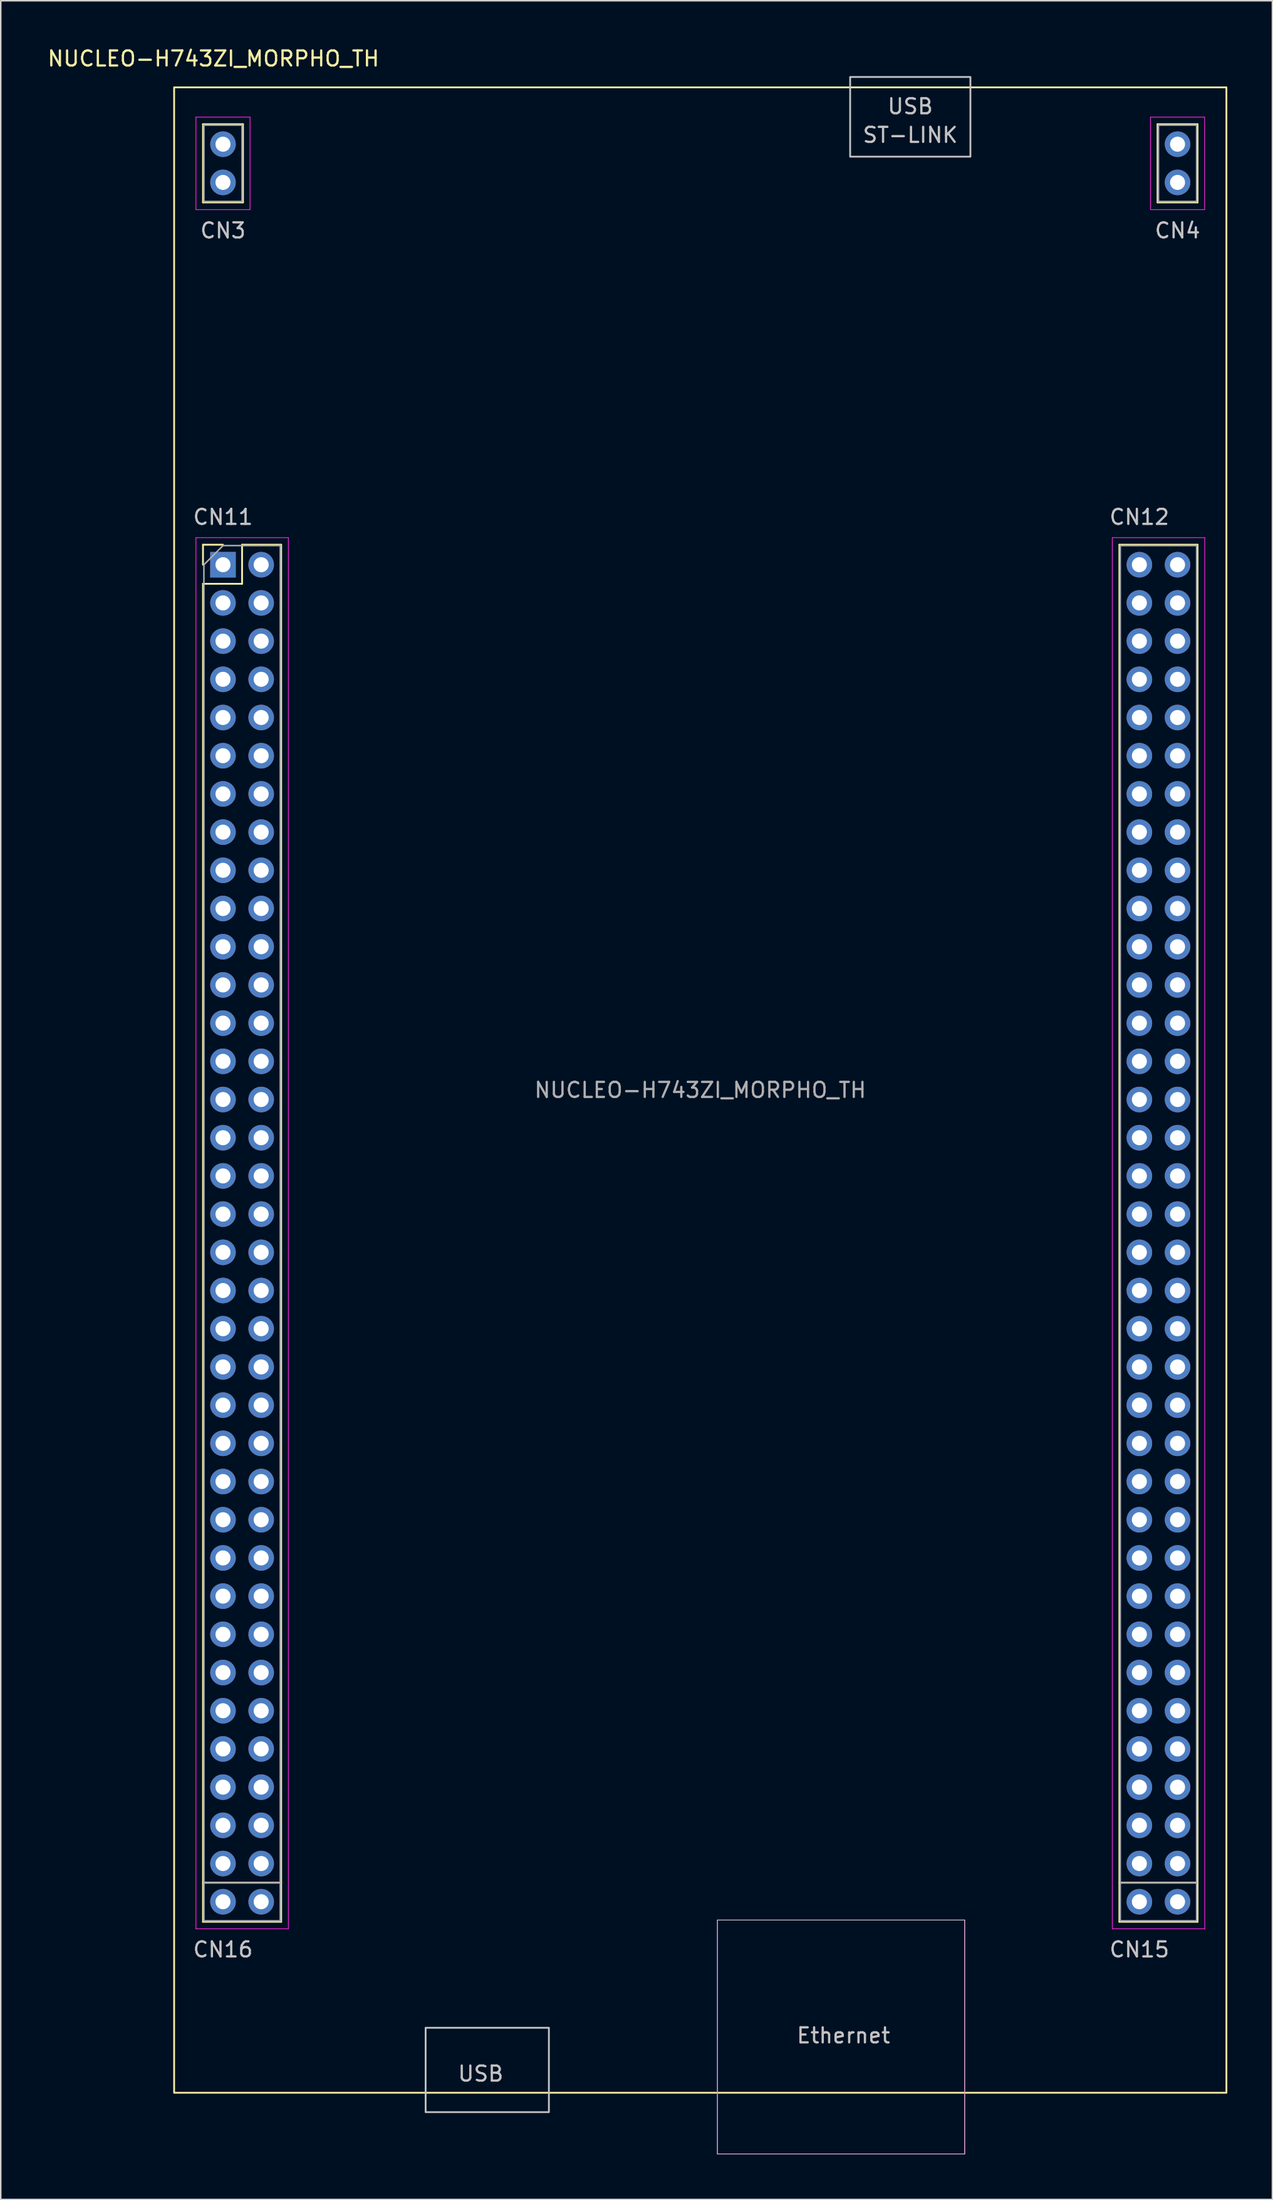
<source format=kicad_pcb>
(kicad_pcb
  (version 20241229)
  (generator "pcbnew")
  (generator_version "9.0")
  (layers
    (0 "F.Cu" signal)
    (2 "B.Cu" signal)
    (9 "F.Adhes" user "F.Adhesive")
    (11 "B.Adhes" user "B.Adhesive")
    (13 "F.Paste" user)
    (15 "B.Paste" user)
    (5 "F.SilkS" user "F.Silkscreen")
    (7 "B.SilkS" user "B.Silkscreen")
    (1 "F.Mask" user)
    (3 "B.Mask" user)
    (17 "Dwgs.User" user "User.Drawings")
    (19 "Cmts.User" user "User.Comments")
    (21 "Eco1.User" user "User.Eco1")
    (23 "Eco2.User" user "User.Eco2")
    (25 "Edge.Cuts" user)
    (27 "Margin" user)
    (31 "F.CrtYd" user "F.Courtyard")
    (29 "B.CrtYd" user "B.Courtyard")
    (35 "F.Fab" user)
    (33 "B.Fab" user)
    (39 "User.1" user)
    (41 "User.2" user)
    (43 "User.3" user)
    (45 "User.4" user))
  (footprint "NUCLEO-H743ZI_MORPHO_TH"
    (layer "F.Cu")
    (at 43.534 69.428)
    (property "Reference" "NUCLEO-H743ZI_MORPHO_TH" (at -32.385 -68.58 0) (unlocked yes) (layer "F.SilkS") (effects (font (size 1 1) (thickness 0.15))))
    (attr through_hole)
    (fp_line (start -33.08 -59.02) (end -33.08 -64.22) (stroke (width 0.12) (type solid)) (layer "F.SilkS"))
    (fp_line (start -33.08 -36.26) (end -31.75 -36.26) (stroke (width 0.12) (type solid)) (layer "F.SilkS"))
    (fp_line (start -33.08 -34.93) (end -33.08 -36.26) (stroke (width 0.12) (type solid)) (layer "F.SilkS"))
    (fp_line (start -33.08 -33.66) (end -33.08 55.3) (stroke (width 0.12) (type solid)) (layer "F.SilkS"))
    (fp_line (start -33.08 -33.66) (end -30.48 -33.66) (stroke (width 0.12) (type solid)) (layer "F.SilkS"))
    (fp_line (start -33.08 52.705) (end -27.88 52.705) (stroke (width 0.12) (type solid)) (layer "F.SilkS"))
    (fp_line (start -33.08 55.3) (end -27.88 55.3) (stroke (width 0.12) (type solid)) (layer "F.SilkS"))
    (fp_line (start -30.48 -36.26) (end -27.88 -36.26) (stroke (width 0.12) (type solid)) (layer "F.SilkS"))
    (fp_line (start -30.48 -33.66) (end -30.48 -36.26) (stroke (width 0.12) (type solid)) (layer "F.SilkS"))
    (fp_line (start -30.42 -64.22) (end -33.08 -64.22) (stroke (width 0.12) (type solid)) (layer "F.SilkS"))
    (fp_line (start -30.42 -64.22) (end -30.42 -59.02) (stroke (width 0.12) (type solid)) (layer "F.SilkS"))
    (fp_line (start -30.42 -59.02) (end -33.08 -59.02) (stroke (width 0.12) (type solid)) (layer "F.SilkS"))
    (fp_line (start -27.88 -36.26) (end -27.88 55.3) (stroke (width 0.12) (type solid)) (layer "F.SilkS"))
    (fp_line (start 27.88 -36.26) (end 27.88 55.3) (stroke (width 0.12) (type solid)) (layer "F.SilkS"))
    (fp_line (start 27.88 -36.26) (end 33.08 -36.26) (stroke (width 0.12) (type solid)) (layer "F.SilkS"))
    (fp_line (start 27.88 52.705) (end 33.08 52.705) (stroke (width 0.12) (type solid)) (layer "F.SilkS"))
    (fp_line (start 27.88 55.3) (end 33.08 55.3) (stroke (width 0.12) (type solid)) (layer "F.SilkS"))
    (fp_line (start 30.42 -59.02) (end 30.42 -64.22) (stroke (width 0.12) (type solid)) (layer "F.SilkS"))
    (fp_line (start 33.08 -64.22) (end 30.42 -64.22) (stroke (width 0.12) (type solid)) (layer "F.SilkS"))
    (fp_line (start 33.08 -64.22) (end 33.08 -59.02) (stroke (width 0.12) (type solid)) (layer "F.SilkS"))
    (fp_line (start 33.08 -59.02) (end 30.42 -59.02) (stroke (width 0.12) (type solid)) (layer "F.SilkS"))
    (fp_line (start 33.08 -36.26) (end 33.08 55.3) (stroke (width 0.12) (type solid)) (layer "F.SilkS"))
    (fp_rect (start -35 -66.67) (end 35 66.67) (stroke (width 0.12) (type solid)) (fill no) (layer "F.SilkS"))
    (fp_line (start 1.14 55.19) (end 17.59 55.19) (stroke (width 0.05) (type solid)) (layer "Dwgs.User"))
    (fp_line (start 1.14 70.74) (end 1.14 55.19) (stroke (width 0.05) (type solid)) (layer "Dwgs.User"))
    (fp_line (start 1.14 70.74) (end 17.59 70.74) (stroke (width 0.05) (type solid)) (layer "Dwgs.User"))
    (fp_line (start 17.59 70.74) (end 17.59 55.19) (stroke (width 0.05) (type solid)) (layer "Dwgs.User"))
    (fp_rect (start -18.27 62.35) (end -10.07 67.96) (stroke (width 0.12) (type solid)) (fill no) (layer "Dwgs.User"))
    (fp_rect (start 9.97 -62.06) (end 17.97 -67.36) (stroke (width 0.12) (type solid)) (fill no) (layer "Dwgs.User"))
    (fp_line (start -33.55 -64.69) (end -33.55 -58.54) (stroke (width 0.05) (type solid)) (layer "F.CrtYd"))
    (fp_line (start -33.55 -64.69) (end -29.95 -64.69) (stroke (width 0.05) (type solid)) (layer "F.CrtYd"))
    (fp_line (start -33.55 -58.54) (end -29.95 -58.54) (stroke (width 0.05) (type solid)) (layer "F.CrtYd"))
    (fp_line (start -33.55 -36.73) (end -33.55 55.77) (stroke (width 0.05) (type solid)) (layer "F.CrtYd"))
    (fp_line (start -33.55 55.77) (end -27.4 55.77) (stroke (width 0.05) (type solid)) (layer "F.CrtYd"))
    (fp_line (start -29.95 -58.54) (end -29.95 -64.69) (stroke (width 0.05) (type solid)) (layer "F.CrtYd"))
    (fp_line (start -27.4 -36.73) (end -33.55 -36.73) (stroke (width 0.05) (type solid)) (layer "F.CrtYd"))
    (fp_line (start -27.4 55.77) (end -27.4 -36.73) (stroke (width 0.05) (type solid)) (layer "F.CrtYd"))
    (fp_line (start 1.14 55.19) (end 17.59 55.19) (stroke (width 0.05) (type solid)) (layer "F.CrtYd"))
    (fp_line (start 1.14 70.74) (end 1.14 55.19) (stroke (width 0.05) (type solid)) (layer "F.CrtYd"))
    (fp_line (start 1.14 70.74) (end 17.59 70.74) (stroke (width 0.05) (type solid)) (layer "F.CrtYd"))
    (fp_line (start 17.59 70.74) (end 17.59 55.19) (stroke (width 0.05) (type solid)) (layer "F.CrtYd"))
    (fp_line (start 27.41 -36.73) (end 27.41 55.77) (stroke (width 0.05) (type solid)) (layer "F.CrtYd"))
    (fp_line (start 27.41 55.77) (end 33.56 55.77) (stroke (width 0.05) (type solid)) (layer "F.CrtYd"))
    (fp_line (start 29.95 -64.69) (end 29.95 -58.54) (stroke (width 0.05) (type solid)) (layer "F.CrtYd"))
    (fp_line (start 29.95 -64.69) (end 33.55 -64.69) (stroke (width 0.05) (type solid)) (layer "F.CrtYd"))
    (fp_line (start 29.95 -58.54) (end 33.55 -58.54) (stroke (width 0.05) (type solid)) (layer "F.CrtYd"))
    (fp_line (start 33.55 -58.54) (end 33.55 -64.69) (stroke (width 0.05) (type solid)) (layer "F.CrtYd"))
    (fp_line (start 33.56 -36.73) (end 27.41 -36.73) (stroke (width 0.05) (type solid)) (layer "F.CrtYd"))
    (fp_line (start 33.56 55.77) (end 33.56 -36.73) (stroke (width 0.05) (type solid)) (layer "F.CrtYd"))
    (fp_line (start -33.02 -64.16) (end -30.48 -64.16) (stroke (width 0.1) (type solid)) (layer "F.Fab"))
    (fp_line (start -33.02 -59.08) (end -33.02 -64.16) (stroke (width 0.1) (type solid)) (layer "F.Fab"))
    (fp_line (start -33.02 -34.93) (end -31.75 -36.2) (stroke (width 0.1) (type solid)) (layer "F.Fab"))
    (fp_line (start -33.02 55.24) (end -33.02 -34.93) (stroke (width 0.1) (type solid)) (layer "F.Fab"))
    (fp_line (start -31.75 -36.2) (end -27.94 -36.2) (stroke (width 0.1) (type solid)) (layer "F.Fab"))
    (fp_line (start -30.48 -64.16) (end -30.48 -59.08) (stroke (width 0.1) (type solid)) (layer "F.Fab"))
    (fp_line (start -30.48 -59.08) (end -33.02 -59.08) (stroke (width 0.1) (type solid)) (layer "F.Fab"))
    (fp_line (start -27.94 -36.2) (end -27.94 55.24) (stroke (width 0.1) (type solid)) (layer "F.Fab"))
    (fp_line (start -27.94 52.705) (end -33.02 52.705) (stroke (width 0.1) (type solid)) (layer "F.Fab"))
    (fp_line (start -27.94 55.24) (end -33.02 55.24) (stroke (width 0.1) (type solid)) (layer "F.Fab"))
    (fp_line (start 27.94 -36.2) (end 33.02 -36.2) (stroke (width 0.1) (type solid)) (layer "F.Fab"))
    (fp_line (start 27.94 55.24) (end 27.94 -36.2) (stroke (width 0.1) (type solid)) (layer "F.Fab"))
    (fp_line (start 30.48 -64.16) (end 33.02 -64.16) (stroke (width 0.1) (type solid)) (layer "F.Fab"))
    (fp_line (start 30.48 -59.08) (end 30.48 -64.16) (stroke (width 0.1) (type solid)) (layer "F.Fab"))
    (fp_line (start 33.02 -64.16) (end 33.02 -59.08) (stroke (width 0.1) (type solid)) (layer "F.Fab"))
    (fp_line (start 33.02 -59.08) (end 30.48 -59.08) (stroke (width 0.1) (type solid)) (layer "F.Fab"))
    (fp_line (start 33.02 -36.2) (end 33.02 55.24) (stroke (width 0.1) (type solid)) (layer "F.Fab"))
    (fp_line (start 33.02 52.705) (end 27.94 52.705) (stroke (width 0.1) (type solid)) (layer "F.Fab"))
    (fp_line (start 33.02 55.24) (end 27.94 55.24) (stroke (width 0.1) (type solid)) (layer "F.Fab"))
    (fp_text user "CN4" (at 31.75 -57.15 0) (unlocked yes) (layer "Dwgs.User") (effects (font (size 1 1) (thickness 0.15))))
    (fp_text user "CN15" (at 29.21 57.15 0) (unlocked yes) (layer "Dwgs.User") (effects (font (size 1 1) (thickness 0.15))))
    (fp_text user "USB" (at -14.605 65.405 0) (unlocked yes) (layer "Dwgs.User") (effects (font (size 1 1) (thickness 0.15))))
    (fp_text user "CN11" (at -31.75 -38.1 0) (unlocked yes) (layer "Dwgs.User") (effects (font (size 1 1) (thickness 0.15))))
    (fp_text user "CN3" (at -31.75 -57.15 0) (unlocked yes) (layer "Dwgs.User") (effects (font (size 1 1) (thickness 0.15))))
    (fp_text user "USB" (at 13.97 -65.405 0) (unlocked yes) (layer "Dwgs.User") (effects (font (size 1 1) (thickness 0.15))))
    (fp_text user "Ethernet" (at 9.525 62.865 0) (unlocked yes) (layer "Dwgs.User") (effects (font (size 1 1) (thickness 0.15))))
    (fp_text user "CN16" (at -31.75 57.15 0) (unlocked yes) (layer "Dwgs.User") (effects (font (size 1 1) (thickness 0.15))))
    (fp_text user "ST-LINK" (at 13.97 -63.5 0) (unlocked yes) (layer "Dwgs.User") (effects (font (size 1 1) (thickness 0.15))))
    (fp_text user "CN12" (at 29.21 -38.1 0) (unlocked yes) (layer "Dwgs.User") (effects (font (size 1 1) (thickness 0.15))))
    (fp_text user "${REFERENCE}" (at 0 0 180) (layer "F.Fab") (effects (font (size 1 1) (thickness 0.15))))
    (pad "3V3" thru_hole oval (at -29.21 -17.15) (size 1.7 1.7) (drill 1) (layers "*.Cu" "*.Mask"))
    (pad "5V" thru_hole oval (at -29.21 -14.61) (size 1.7 1.7) (drill 1) (layers "*.Cu" "*.Mask"))
    (pad "5V_EXT" thru_hole oval (at -29.21 -29.85) (size 1.7 1.7) (drill 1) (layers "*.Cu" "*.Mask"))
    (pad "5V_USB_STLK" thru_hole oval (at 31.75 -27.31) (size 1.7 1.7) (drill 1) (layers "*.Cu" "*.Mask"))
    (pad "AGND" thru_hole oval (at 31.75 3.17) (size 1.7 1.7) (drill 1) (layers "*.Cu" "*.Mask"))
    (pad "BOOT0" thru_hole oval (at -31.75 -27.31) (size 1.7 1.7) (drill 1) (layers "*.Cu" "*.Mask"))
    (pad "DNC" thru_hole oval (at -31.75 48.89) (size 1.7 1.7) (drill 1) (layers "*.Cu" "*.Mask"))
    (pad "DNC" thru_hole oval (at -29.21 -24.77) (size 1.7 1.7) (drill 1) (layers "*.Cu" "*.Mask"))
    (pad "DNC" thru_hole oval (at -29.21 -4.45) (size 1.7 1.7) (drill 1) (layers "*.Cu" "*.Mask"))
    (pad "DNC" thru_hole oval (at 29.21 -34.93) (size 1.7 1.7) (drill 1) (layers "*.Cu" "*.Mask"))
    (pad "DNC" thru_hole oval (at 31.75 -34.93) (size 1.7 1.7) (drill 1) (layers "*.Cu" "*.Mask"))
    (pad "DNC" thru_hole oval (at 31.75 -22.23) (size 1.7 1.7) (drill 1) (layers "*.Cu" "*.Mask"))
    (pad "DNC" thru_hole oval (at 31.75 -19.69) (size 1.7 1.7) (drill 1) (layers "*.Cu" "*.Mask"))
    (pad "GND" thru_hole oval (at -31.75 -62.89 90) (size 1.7 1.7) (drill 1) (layers "*.Cu" "*.Mask"))
    (pad "GND" thru_hole oval (at -31.75 -60.35 90) (size 1.7 1.7) (drill 1) (layers "*.Cu" "*.Mask"))
    (pad "GND" thru_hole oval (at -31.75 -12.07) (size 1.7 1.7) (drill 1) (layers "*.Cu" "*.Mask"))
    (pad "GND" thru_hole oval (at -31.75 26.03) (size 1.7 1.7) (drill 1) (layers "*.Cu" "*.Mask"))
    (pad "GND" thru_hole oval (at -31.75 53.97) (size 1.7 1.7) (drill 1) (layers "*.Cu" "*.Mask"))
    (pad "GND" thru_hole oval (at -29.21 -27.31) (size 1.7 1.7) (drill 1) (layers "*.Cu" "*.Mask"))
    (pad "GND" thru_hole oval (at -29.21 -12.07) (size 1.7 1.7) (drill 1) (layers "*.Cu" "*.Mask"))
    (pad "GND" thru_hole oval (at -29.21 -9.53) (size 1.7 1.7) (drill 1) (layers "*.Cu" "*.Mask"))
    (pad "GND" thru_hole oval (at -29.21 38.73) (size 1.7 1.7) (drill 1) (layers "*.Cu" "*.Mask"))
    (pad "GND" thru_hole oval (at -29.21 53.97) (size 1.7 1.7) (drill 1) (layers "*.Cu" "*.Mask"))
    (pad "GND" thru_hole oval (at 29.21 -24.77) (size 1.7 1.7) (drill 1) (layers "*.Cu" "*.Mask"))
    (pad "GND" thru_hole oval (at 29.21 13.33) (size 1.7 1.7) (drill 1) (layers "*.Cu" "*.Mask"))
    (pad "GND" thru_hole oval (at 29.21 43.81) (size 1.7 1.7) (drill 1) (layers "*.Cu" "*.Mask"))
    (pad "GND" thru_hole oval (at 29.21 53.97) (size 1.7 1.7) (drill 1) (layers "*.Cu" "*.Mask"))
    (pad "GND" thru_hole oval (at 31.75 -62.89 90) (size 1.7 1.7) (drill 1) (layers "*.Cu" "*.Mask"))
    (pad "GND" thru_hole oval (at 31.75 -60.35 90) (size 1.7 1.7) (drill 1) (layers "*.Cu" "*.Mask"))
    (pad "GND" thru_hole oval (at 31.75 -12.07) (size 1.7 1.7) (drill 1) (layers "*.Cu" "*.Mask"))
    (pad "GND" thru_hole oval (at 31.75 31.11) (size 1.7 1.7) (drill 1) (layers "*.Cu" "*.Mask"))
    (pad "GND" thru_hole oval (at 31.75 53.97) (size 1.7 1.7) (drill 1) (layers "*.Cu" "*.Mask"))
    (pad "IOREF" thru_hole oval (at -29.21 -22.23) (size 1.7 1.7) (drill 1) (layers "*.Cu" "*.Mask"))
    (pad "NRST" thru_hole oval (at -29.21 -19.69) (size 1.7 1.7) (drill 1) (layers "*.Cu" "*.Mask"))
    (pad "PA0" thru_hole oval (at -29.21 -1.91) (size 1.7 1.7) (drill 1) (layers "*.Cu" "*.Mask"))
    (pad "PA1" thru_hole oval (at -29.21 0.63) (size 1.7 1.7) (drill 1) (layers "*.Cu" "*.Mask"))
    (pad "PA2" thru_hole oval (at 29.21 8.25) (size 1.7 1.7) (drill 1) (layers "*.Cu" "*.Mask"))
    (pad "PA3" thru_hole oval (at 29.21 10.79) (size 1.7 1.7) (drill 1) (layers "*.Cu" "*.Mask"))
    (pad "PA4" thru_hole oval (at -29.21 3.17) (size 1.7 1.7) (drill 1) (layers "*.Cu" "*.Mask"))
    (pad "PA5" thru_hole oval (at 29.21 -22.23) (size 1.7 1.7) (drill 1) (layers "*.Cu" "*.Mask"))
    (pad "PA6" thru_hole oval (at 29.21 -19.69) (size 1.7 1.7) (drill 1) (layers "*.Cu" "*.Mask"))
    (pad "PA7" thru_hole oval (at 29.21 -17.15) (size 1.7 1.7) (drill 1) (layers "*.Cu" "*.Mask"))
    (pad "PA8" thru_hole oval (at 29.21 -6.99) (size 1.7 1.7) (drill 1) (layers "*.Cu" "*.Mask"))
    (pad "PA9" thru_hole oval (at 29.21 -9.53) (size 1.7 1.7) (drill 1) (layers "*.Cu" "*.Mask"))
    (pad "PA10" thru_hole oval (at 29.21 5.71) (size 1.7 1.7) (drill 1) (layers "*.Cu" "*.Mask"))
    (pad "PA13" thru_hole oval (at -31.75 -19.69) (size 1.7 1.7) (drill 1) (layers "*.Cu" "*.Mask"))
    (pad "PA14" thru_hole oval (at -31.75 -17.15) (size 1.7 1.7) (drill 1) (layers "*.Cu" "*.Mask"))
    (pad "PA15" thru_hole oval (at -31.75 -14.61) (size 1.7 1.7) (drill 1) (layers "*.Cu" "*.Mask"))
    (pad "PB0" thru_hole oval (at -29.21 5.71) (size 1.7 1.7) (drill 1) (layers "*.Cu" "*.Mask"))
    (pad "PB1" thru_hole oval (at 31.75 -6.99) (size 1.7 1.7) (drill 1) (layers "*.Cu" "*.Mask"))
    (pad "PB2" thru_hole oval (at 31.75 -9.53) (size 1.7 1.7) (drill 1) (layers "*.Cu" "*.Mask"))
    (pad "PB3" thru_hole oval (at 29.21 3.17) (size 1.7 1.7) (drill 1) (layers "*.Cu" "*.Mask"))
    (pad "PB4" thru_hole oval (at 29.21 -1.91) (size 1.7 1.7) (drill 1) (layers "*.Cu" "*.Mask"))
    (pad "PB5" thru_hole oval (at 29.21 0.63) (size 1.7 1.7) (drill 1) (layers "*.Cu" "*.Mask"))
    (pad "PB6" thru_hole oval (at 29.21 -14.61) (size 1.7 1.7) (drill 1) (layers "*.Cu" "*.Mask"))
    (pad "PB7" thru_hole oval (at -31.75 -9.53) (size 1.7 1.7) (drill 1) (layers "*.Cu" "*.Mask"))
    (pad "PB8" thru_hole oval (at 29.21 -32.39) (size 1.7 1.7) (drill 1) (layers "*.Cu" "*.Mask"))
    (pad "PB9" thru_hole oval (at 29.21 -29.85) (size 1.7 1.7) (drill 1) (layers "*.Cu" "*.Mask"))
    (pad "PB10" thru_hole oval (at 29.21 -4.45) (size 1.7 1.7) (drill 1) (layers "*.Cu" "*.Mask"))
    (pad "PB11" thru_hole oval (at 31.75 -14.61) (size 1.7 1.7) (drill 1) (layers "*.Cu" "*.Mask"))
    (pad "PB12" thru_hole oval (at 31.75 -17.15) (size 1.7 1.7) (drill 1) (layers "*.Cu" "*.Mask"))
    (pad "PB13" thru_hole oval (at 31.75 0.63) (size 1.7 1.7) (drill 1) (layers "*.Cu" "*.Mask"))
    (pad "PB14" thru_hole oval (at 31.75 -1.91) (size 1.7 1.7) (drill 1) (layers "*.Cu" "*.Mask"))
    (pad "PB15" thru_hole oval (at 31.75 -4.45) (size 1.7 1.7) (drill 1) (layers "*.Cu" "*.Mask"))
    (pad "PC0" thru_hole oval (at -29.21 10.79) (size 1.7 1.7) (drill 1) (layers "*.Cu" "*.Mask"))
    (pad "PC1" thru_hole oval (at -29.21 8.25) (size 1.7 1.7) (drill 1) (layers "*.Cu" "*.Mask"))
    (pad "PC2" thru_hole oval (at -31.75 8.25) (size 1.7 1.7) (drill 1) (layers "*.Cu" "*.Mask"))
    (pad "PC3" thru_hole oval (at -31.75 10.79) (size 1.7 1.7) (drill 1) (layers "*.Cu" "*.Mask"))
    (pad "PC4" thru_hole oval (at 31.75 5.71) (size 1.7 1.7) (drill 1) (layers "*.Cu" "*.Mask"))
    (pad "PC5" thru_hole oval (at 31.75 -29.85) (size 1.7 1.7) (drill 1) (layers "*.Cu" "*.Mask"))
    (pad "PC6" thru_hole oval (at 31.75 -32.39) (size 1.7 1.7) (drill 1) (layers "*.Cu" "*.Mask"))
    (pad "PC7" thru_hole oval (at 29.21 -12.07) (size 1.7 1.7) (drill 1) (layers "*.Cu" "*.Mask"))
    (pad "PC10" thru_hole rect (at -31.75 -34.93) (size 1.7 1.7) (drill 1) (layers "*.Cu" "*.Mask"))
    (pad "PC11" thru_hole oval (at -29.21 -34.93) (size 1.7 1.7) (drill 1) (layers "*.Cu" "*.Mask"))
    (pad "PC12" thru_hole oval (at -31.75 -32.39) (size 1.7 1.7) (drill 1) (layers "*.Cu" "*.Mask"))
    (pad "PC13" thru_hole oval (at -31.75 -6.99) (size 1.7 1.7) (drill 1) (layers "*.Cu" "*.Mask"))
    (pad "PC14" thru_hole oval (at -31.75 -4.45) (size 1.7 1.7) (drill 1) (layers "*.Cu" "*.Mask"))
    (pad "PC15" thru_hole oval (at -31.75 -1.91) (size 1.7 1.7) (drill 1) (layers "*.Cu" "*.Mask"))
    (pad "PD0" thru_hole oval (at -31.75 36.19) (size 1.7 1.7) (drill 1) (layers "*.Cu" "*.Mask"))
    (pad "PD1" thru_hole oval (at -31.75 33.65) (size 1.7 1.7) (drill 1) (layers "*.Cu" "*.Mask"))
    (pad "PD2" thru_hole oval (at -29.21 -32.39) (size 1.7 1.7) (drill 1) (layers "*.Cu" "*.Mask"))
    (pad "PD3" thru_hole oval (at -29.21 13.33) (size 1.7 1.7) (drill 1) (layers "*.Cu" "*.Mask"))
    (pad "PD4" thru_hole oval (at -31.75 13.33) (size 1.7 1.7) (drill 1) (layers "*.Cu" "*.Mask"))
    (pad "PD5" thru_hole oval (at -31.75 15.87) (size 1.7 1.7) (drill 1) (layers "*.Cu" "*.Mask"))
    (pad "PD6" thru_hole oval (at -31.75 18.41) (size 1.7 1.7) (drill 1) (layers "*.Cu" "*.Mask"))
    (pad "PD7" thru_hole oval (at -31.75 20.95) (size 1.7 1.7) (drill 1) (layers "*.Cu" "*.Mask"))
    (pad "PD8" thru_hole oval (at 31.75 -24.77) (size 1.7 1.7) (drill 1) (layers "*.Cu" "*.Mask"))
    (pad "PD9" thru_hole oval (at -31.75 51.43) (size 1.7 1.7) (drill 1) (layers "*.Cu" "*.Mask"))
    (pad "PD10" thru_hole oval (at 29.21 46.35) (size 1.7 1.7) (drill 1) (layers "*.Cu" "*.Mask"))
    (pad "PD11" thru_hole oval (at 29.21 20.95) (size 1.7 1.7) (drill 1) (layers "*.Cu" "*.Mask"))
    (pad "PD12" thru_hole oval (at 29.21 18.41) (size 1.7 1.7) (drill 1) (layers "*.Cu" "*.Mask"))
    (pad "PD13" thru_hole oval (at 29.21 15.87) (size 1.7 1.7) (drill 1) (layers "*.Cu" "*.Mask"))
    (pad "PD14" thru_hole oval (at 31.75 20.95) (size 1.7 1.7) (drill 1) (layers "*.Cu" "*.Mask"))
    (pad "PD15" thru_hole oval (at 31.75 23.49) (size 1.7 1.7) (drill 1) (layers "*.Cu" "*.Mask"))
    (pad "PE0" thru_hole oval (at 31.75 43.81) (size 1.7 1.7) (drill 1) (layers "*.Cu" "*.Mask"))
    (pad "PE1" thru_hole oval (at -31.75 41.27) (size 1.7 1.7) (drill 1) (layers "*.Cu" "*.Mask"))
    (pad "PE2" thru_hole oval (at -29.21 20.95) (size 1.7 1.7) (drill 1) (layers "*.Cu" "*.Mask"))
    (pad "PE3" thru_hole oval (at -31.75 23.49) (size 1.7 1.7) (drill 1) (layers "*.Cu" "*.Mask"))
    (pad "PE4" thru_hole oval (at -29.21 23.49) (size 1.7 1.7) (drill 1) (layers "*.Cu" "*.Mask"))
    (pad "PE5" thru_hole oval (at -29.21 26.03) (size 1.7 1.7) (drill 1) (layers "*.Cu" "*.Mask"))
    (pad "PE6" thru_hole oval (at -29.21 41.27) (size 1.7 1.7) (drill 1) (layers "*.Cu" "*.Mask"))
    (pad "PE7" thru_hole oval (at 31.75 18.41) (size 1.7 1.7) (drill 1) (layers "*.Cu" "*.Mask"))
    (pad "PE8" thru_hole oval (at 31.75 13.33) (size 1.7 1.7) (drill 1) (layers "*.Cu" "*.Mask"))
    (pad "PE9" thru_hole oval (at 31.75 28.57) (size 1.7 1.7) (drill 1) (layers "*.Cu" "*.Mask"))
    (pad "PE10" thru_hole oval (at 29.21 23.49) (size 1.7 1.7) (drill 1) (layers "*.Cu" "*.Mask"))
    (pad "PE11" thru_hole oval (at 31.75 33.65) (size 1.7 1.7) (drill 1) (layers "*.Cu" "*.Mask"))
    (pad "PE12" thru_hole oval (at 29.21 26.03) (size 1.7 1.7) (drill 1) (layers "*.Cu" "*.Mask"))
    (pad "PE13" thru_hole oval (at 29.21 33.65) (size 1.7 1.7) (drill 1) (layers "*.Cu" "*.Mask"))
    (pad "PE14" thru_hole oval (at 29.21 28.57) (size 1.7 1.7) (drill 1) (layers "*.Cu" "*.Mask"))
    (pad "PE15" thru_hole oval (at 29.21 31.11) (size 1.7 1.7) (drill 1) (layers "*.Cu" "*.Mask"))
    (pad "PF0" thru_hole oval (at -31.75 31.11) (size 1.7 1.7) (drill 1) (layers "*.Cu" "*.Mask"))
    (pad "PF1" thru_hole oval (at -31.75 28.57) (size 1.7 1.7) (drill 1) (layers "*.Cu" "*.Mask"))
    (pad "PF2" thru_hole oval (at -29.21 28.57) (size 1.7 1.7) (drill 1) (layers "*.Cu" "*.Mask"))
    (pad "PF3" thru_hole oval (at 31.75 36.19) (size 1.7 1.7) (drill 1) (layers "*.Cu" "*.Mask"))
    (pad "PF4" thru_hole oval (at 31.75 10.79) (size 1.7 1.7) (drill 1) (layers "*.Cu" "*.Mask"))
    (pad "PF5" thru_hole oval (at 31.75 8.25) (size 1.7 1.7) (drill 1) (layers "*.Cu" "*.Mask"))
    (pad "PF6" thru_hole oval (at -31.75 -24.77) (size 1.7 1.7) (drill 1) (layers "*.Cu" "*.Mask"))
    (pad "PF7" thru_hole oval (at -31.75 -22.23) (size 1.7 1.7) (drill 1) (layers "*.Cu" "*.Mask"))
    (pad "PF8" thru_hole oval (at -29.21 31.11) (size 1.7 1.7) (drill 1) (layers "*.Cu" "*.Mask"))
    (pad "PF9" thru_hole oval (at -29.21 33.65) (size 1.7 1.7) (drill 1) (layers "*.Cu" "*.Mask"))
    (pad "PF10" thru_hole oval (at 31.75 15.87) (size 1.7 1.7) (drill 1) (layers "*.Cu" "*.Mask"))
    (pad "PF11" thru_hole oval (at 31.75 41.27) (size 1.7 1.7) (drill 1) (layers "*.Cu" "*.Mask"))
    (pad "PF12" thru_hole oval (at 29.21 38.73) (size 1.7 1.7) (drill 1) (layers "*.Cu" "*.Mask"))
    (pad "PF13" thru_hole oval (at 29.21 36.19) (size 1.7 1.7) (drill 1) (layers "*.Cu" "*.Mask"))
    (pad "PF14" thru_hole oval (at 31.75 26.03) (size 1.7 1.7) (drill 1) (layers "*.Cu" "*.Mask"))
    (pad "PF15" thru_hole oval (at 31.75 38.73) (size 1.7 1.7) (drill 1) (layers "*.Cu" "*.Mask"))
    (pad "PG0" thru_hole oval (at -31.75 38.73) (size 1.7 1.7) (drill 1) (layers "*.Cu" "*.Mask"))
    (pad "PG1" thru_hole oval (at -29.21 36.19) (size 1.7 1.7) (drill 1) (layers "*.Cu" "*.Mask"))
    (pad "PG2" thru_hole oval (at -29.21 15.87) (size 1.7 1.7) (drill 1) (layers "*.Cu" "*.Mask"))
    (pad "PG3" thru_hole oval (at -29.21 18.41) (size 1.7 1.7) (drill 1) (layers "*.Cu" "*.Mask"))
    (pad "PG4" thru_hole oval (at 29.21 51.43) (size 1.7 1.7) (drill 1) (layers "*.Cu" "*.Mask"))
    (pad "PG5" thru_hole oval (at 31.75 48.89) (size 1.7 1.7) (drill 1) (layers "*.Cu" "*.Mask"))
    (pad "PG6" thru_hole oval (at 31.75 51.43) (size 1.7 1.7) (drill 1) (layers "*.Cu" "*.Mask"))
    (pad "PG7" thru_hole oval (at 29.21 48.89) (size 1.7 1.7) (drill 1) (layers "*.Cu" "*.Mask"))
    (pad "PG8" thru_hole oval (at 31.75 46.35) (size 1.7 1.7) (drill 1) (layers "*.Cu" "*.Mask"))
    (pad "PG9" thru_hole oval (at -31.75 43.81) (size 1.7 1.7) (drill 1) (layers "*.Cu" "*.Mask"))
    (pad "PG10" thru_hole oval (at -29.21 46.35) (size 1.7 1.7) (drill 1) (layers "*.Cu" "*.Mask"))
    (pad "PG11" thru_hole oval (at -29.21 51.43) (size 1.7 1.7) (drill 1) (layers "*.Cu" "*.Mask"))
    (pad "PG12" thru_hole oval (at -31.75 46.35) (size 1.7 1.7) (drill 1) (layers "*.Cu" "*.Mask"))
    (pad "PG13" thru_hole oval (at -29.21 48.89) (size 1.7 1.7) (drill 1) (layers "*.Cu" "*.Mask"))
    (pad "PG14" thru_hole oval (at 29.21 41.27) (size 1.7 1.7) (drill 1) (layers "*.Cu" "*.Mask"))
    (pad "PG15" thru_hole oval (at -29.21 43.81) (size 1.7 1.7) (drill 1) (layers "*.Cu" "*.Mask"))
    (pad "PH0" thru_hole oval (at -31.75 0.63) (size 1.7 1.7) (drill 1) (layers "*.Cu" "*.Mask"))
    (pad "PH1" thru_hole oval (at -31.75 3.17) (size 1.7 1.7) (drill 1) (layers "*.Cu" "*.Mask"))
    (pad "VBAT" thru_hole oval (at -31.75 5.71) (size 1.7 1.7) (drill 1) (layers "*.Cu" "*.Mask"))
    (pad "VDD" thru_hole oval (at -31.75 -29.85) (size 1.7 1.7) (drill 1) (layers "*.Cu" "*.Mask"))
    (pad "VIN" thru_hole oval (at -29.21 -6.99) (size 1.7 1.7) (drill 1) (layers "*.Cu" "*.Mask"))
    (pad "VREFP" thru_hole oval (at 29.21 -27.31) (size 1.7 1.7) (drill 1) (layers "*.Cu" "*.Mask")))
  (gr_rect
    (start -3 -3)
    (end 81.594 143.193)
    (stroke (width 0.1) (type default))
    (fill no)
    (layer "Edge.Cuts")))
</source>
